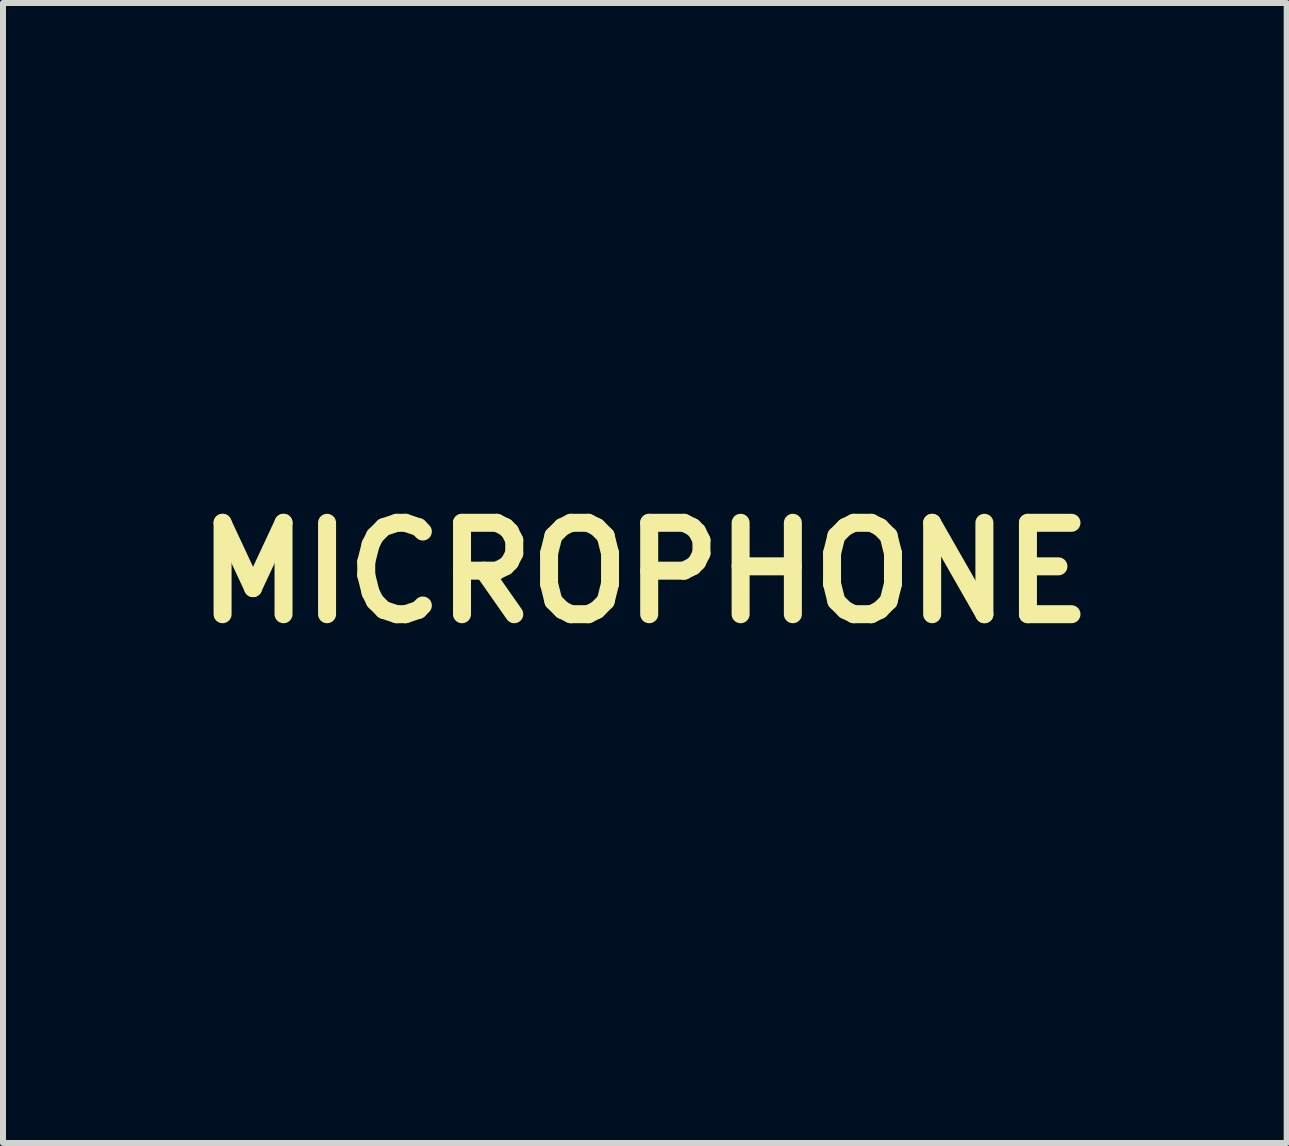
<source format=kicad_pcb>
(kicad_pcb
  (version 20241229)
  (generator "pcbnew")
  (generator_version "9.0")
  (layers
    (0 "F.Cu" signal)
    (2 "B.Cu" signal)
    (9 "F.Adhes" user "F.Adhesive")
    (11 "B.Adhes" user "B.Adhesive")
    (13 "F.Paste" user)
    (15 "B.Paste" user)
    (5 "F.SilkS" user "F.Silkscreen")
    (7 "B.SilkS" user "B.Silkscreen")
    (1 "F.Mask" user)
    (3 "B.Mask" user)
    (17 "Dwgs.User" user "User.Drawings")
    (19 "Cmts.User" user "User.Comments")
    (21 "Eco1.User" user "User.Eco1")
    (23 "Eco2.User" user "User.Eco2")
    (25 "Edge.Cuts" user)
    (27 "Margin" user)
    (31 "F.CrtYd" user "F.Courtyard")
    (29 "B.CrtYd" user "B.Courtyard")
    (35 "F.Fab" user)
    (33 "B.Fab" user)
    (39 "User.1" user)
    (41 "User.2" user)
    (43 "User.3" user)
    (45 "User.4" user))
  (footprint "MICROPHONE"
    (layer "F.Cu")
    (at 7.7 6.5)
    (property "Reference" "MICROPHONE" (at 0 0 0) (layer "F.SilkS") (effects (font (size 1.524 1.524) (thickness 0.3))))
    (attr through_hole)
    (fp_poly (pts (xy 0.749 3.397) (xy 0.743 3.404) (xy 0.737 3.397) (xy 0.743 3.391) (xy 0.749 3.397)) (stroke (width 0.01) (type solid)) (fill yes) (layer "F.Mask"))
    (fp_poly (pts (xy 1.092 3.308) (xy 1.086 3.315) (xy 1.079 3.308) (xy 1.086 3.302) (xy 1.092 3.308)) (stroke (width 0.01) (type solid)) (fill yes) (layer "F.Mask"))
    (fp_poly (pts (xy 0.104 -6.493) (xy 0.202 -6.49) (xy 0.289 -6.484) (xy 0.343 -6.478) (xy 0.433 -6.463) (xy 0.536 -6.442) (xy 0.644 -6.415) (xy 0.748 -6.387) (xy 0.84 -6.358) (xy 0.895 -6.338) (xy 1.114 -6.238) (xy 1.324 -6.116) (xy 1.523 -5.972) (xy 1.71 -5.809) (xy 1.883 -5.629) (xy 2.038 -5.434) (xy 2.142 -5.278) (xy 2.254 -5.075) (xy 2.345 -4.858) (xy 2.415 -4.628) (xy 2.464 -4.388) (xy 2.476 -4.306) (xy 2.478 -4.276) (xy 2.48 -4.222) (xy 2.481 -4.142) (xy 2.483 -4.037) (xy 2.484 -3.907) (xy 2.485 -3.752) (xy 2.486 -3.572) (xy 2.487 -3.367) (xy 2.488 -3.137) (xy 2.489 -2.882) (xy 2.489 -2.603) (xy 2.489 -2.299) (xy 2.489 -1.998) (xy 2.489 -1.715) (xy 2.489 -1.456) (xy 2.489 -1.22) (xy 2.489 -1.006) (xy 2.488 -0.812) (xy 2.488 -0.639) (xy 2.488 -0.484) (xy 2.487 -0.346) (xy 2.486 -0.225) (xy 2.485 -0.119) (xy 2.484 -0.027) (xy 2.483 0.053) (xy 2.482 0.12) (xy 2.48 0.177) (xy 2.479 0.225) (xy 2.477 0.265) (xy 2.475 0.297) (xy 2.473 0.323) (xy 2.47 0.345) (xy 2.47 0.345) (xy 2.427 0.589) (xy 2.361 0.82) (xy 2.273 1.041) (xy 2.162 1.252) (xy 2.028 1.454) (xy 1.87 1.647) (xy 1.722 1.801) (xy 1.53 1.971) (xy 1.331 2.117) (xy 1.123 2.239) (xy 0.906 2.338) (xy 0.679 2.414) (xy 0.44 2.468) (xy 0.305 2.489) (xy 0.235 2.495) (xy 0.146 2.499) (xy 0.045 2.5) (xy -0.061 2.5) (xy -0.166 2.497) (xy -0.263 2.493) (xy -0.345 2.486) (xy -0.383 2.481) (xy -0.501 2.461) (xy -0.625 2.433) (xy -0.747 2.4) (xy -0.858 2.364) (xy -0.91 2.345) (xy -0.961 2.325) (xy -1.004 2.309) (xy -1.034 2.299) (xy -1.041 2.296) (xy -1.062 2.288) (xy -1.067 2.284) (xy -1.081 2.275) (xy -1.111 2.258) (xy -1.143 2.241) (xy -1.311 2.146) (xy -1.481 2.028) (xy -1.649 1.891) (xy -1.746 1.802) (xy -1.793 1.758) (xy -1.834 1.722) (xy -1.865 1.697) (xy -1.883 1.686) (xy -1.886 1.686) (xy -1.891 1.687) (xy -1.888 1.681) (xy -1.892 1.666) (xy -1.91 1.636) (xy -1.939 1.597) (xy -1.962 1.568) (xy -2.109 1.372) (xy -2.233 1.164) (xy -2.336 0.944) (xy -2.415 0.713) (xy -2.472 0.473) (xy -2.502 0.254) (xy -2.504 0.222) (xy -2.506 0.17) (xy -2.507 0.098) (xy -2.509 0.005) (xy -2.51 -0.109) (xy -2.511 -0.245) (xy -2.512 -0.403) (xy -2.512 -0.583) (xy -2.512 -0.786) (xy -2.513 -1.013) (xy -2.513 -1.263) (xy -2.512 -1.538) (xy -2.512 -1.837) (xy -2.511 -2.095) (xy -2.511 -2.373) (xy -2.51 -2.626) (xy -2.51 -2.856) (xy -2.509 -3.064) (xy -2.509 -3.251) (xy -2.508 -3.42) (xy -2.508 -3.569) (xy -2.507 -3.702) (xy -2.506 -3.819) (xy -2.505 -3.921) (xy -2.504 -4.009) (xy -2.503 -4.085) (xy -2.502 -4.15) (xy -2.501 -4.205) (xy -2.499 -4.251) (xy -2.497 -4.29) (xy -2.495 -4.322) (xy -2.493 -4.349) (xy -2.491 -4.371) (xy -2.488 -4.391) (xy -2.485 -4.41) (xy -2.482 -4.427) (xy -2.479 -4.441) (xy -2.424 -4.679) (xy -2.352 -4.899) (xy -2.262 -5.105) (xy -2.152 -5.3) (xy -2.02 -5.487) (xy -1.866 -5.669) (xy -1.793 -5.745) (xy -1.608 -5.919) (xy -1.415 -6.069) (xy -1.215 -6.196) (xy -1.005 -6.3) (xy -0.783 -6.383) (xy -0.549 -6.445) (xy -0.362 -6.479) (xy -0.294 -6.486) (xy -0.207 -6.491) (xy -0.108 -6.494) (xy -0.002 -6.495) (xy 0.104 -6.493)) (stroke (width 0.01) (type solid)) (fill yes) (layer "F.Mask"))
    (fp_poly (pts (xy -3.95 -1.492) (xy -3.904 -1.488) (xy -3.868 -1.482) (xy -3.835 -1.47) (xy -3.807 -1.458) (xy -3.721 -1.406) (xy -3.643 -1.336) (xy -3.579 -1.254) (xy -3.553 -1.208) (xy -3.512 -1.125) (xy -3.504 -0.394) (xy -3.502 -0.228) (xy -3.5 -0.084) (xy -3.498 0.039) (xy -3.495 0.145) (xy -3.492 0.237) (xy -3.488 0.316) (xy -3.483 0.386) (xy -3.478 0.449) (xy -3.471 0.508) (xy -3.462 0.566) (xy -3.452 0.625) (xy -3.44 0.688) (xy -3.428 0.748) (xy -3.362 1.014) (xy -3.271 1.274) (xy -3.158 1.529) (xy -3.022 1.776) (xy -2.866 2.013) (xy -2.689 2.239) (xy -2.494 2.453) (xy -2.28 2.653) (xy -2.05 2.836) (xy -2.045 2.841) (xy -1.805 3.002) (xy -1.557 3.141) (xy -1.301 3.255) (xy -1.034 3.348) (xy -0.757 3.418) (xy -0.467 3.466) (xy -0.389 3.475) (xy -0.259 3.485) (xy -0.113 3.49) (xy 0.042 3.49) (xy 0.198 3.485) (xy 0.347 3.476) (xy 0.483 3.462) (xy 0.537 3.455) (xy 0.826 3.399) (xy 1.105 3.319) (xy 1.373 3.217) (xy 1.631 3.092) (xy 1.879 2.944) (xy 2.117 2.772) (xy 2.345 2.577) (xy 2.463 2.464) (xy 2.671 2.239) (xy 2.855 2.005) (xy 3.016 1.761) (xy 3.153 1.508) (xy 3.267 1.245) (xy 3.357 0.974) (xy 3.423 0.693) (xy 3.465 0.404) (xy 3.479 0.237) (xy 3.481 0.185) (xy 3.483 0.112) (xy 3.485 0.021) (xy 3.487 -0.084) (xy 3.489 -0.2) (xy 3.49 -0.323) (xy 3.491 -0.449) (xy 3.491 -0.518) (xy 3.492 -0.658) (xy 3.492 -0.775) (xy 3.493 -0.871) (xy 3.495 -0.948) (xy 3.497 -1.01) (xy 3.499 -1.058) (xy 3.502 -1.094) (xy 3.506 -1.121) (xy 3.51 -1.142) (xy 3.513 -1.152) (xy 3.56 -1.252) (xy 3.628 -1.341) (xy 3.713 -1.415) (xy 3.78 -1.454) (xy 3.817 -1.472) (xy 3.849 -1.483) (xy 3.885 -1.489) (xy 3.931 -1.492) (xy 3.981 -1.492) (xy 4.072 -1.489) (xy 4.145 -1.476) (xy 4.208 -1.453) (xy 4.268 -1.416) (xy 4.286 -1.403) (xy 4.318 -1.381) (xy 4.343 -1.37) (xy 4.352 -1.369) (xy 4.356 -1.371) (xy 4.353 -1.367) (xy 4.355 -1.351) (xy 4.371 -1.325) (xy 4.384 -1.31) (xy 4.412 -1.272) (xy 4.441 -1.224) (xy 4.456 -1.194) (xy 4.489 -1.124) (xy 4.489 -0.368) (xy 4.489 -0.195) (xy 4.489 -0.044) (xy 4.488 0.087) (xy 4.486 0.201) (xy 4.484 0.3) (xy 4.48 0.387) (xy 4.476 0.465) (xy 4.47 0.536) (xy 4.463 0.603) (xy 4.454 0.669) (xy 4.443 0.737) (xy 4.43 0.809) (xy 4.415 0.888) (xy 4.412 0.903) (xy 4.338 1.22) (xy 4.24 1.53) (xy 4.117 1.832) (xy 3.971 2.126) (xy 3.802 2.41) (xy 3.621 2.67) (xy 3.452 2.882) (xy 3.265 3.09) (xy 3.065 3.288) (xy 2.857 3.474) (xy 2.644 3.644) (xy 2.43 3.793) (xy 2.366 3.834) (xy 2.08 3.996) (xy 1.781 4.138) (xy 1.471 4.256) (xy 1.154 4.352) (xy 0.831 4.424) (xy 0.568 4.464) (xy 0.495 4.473) (xy 0.495 5.499) (xy 1.559 5.502) (xy 2.623 5.505) (xy 2.699 5.543) (xy 2.773 5.589) (xy 2.844 5.65) (xy 2.904 5.719) (xy 2.938 5.775) (xy 2.976 5.876) (xy 2.991 5.981) (xy 2.983 6.084) (xy 2.954 6.184) (xy 2.905 6.276) (xy 2.838 6.357) (xy 2.752 6.424) (xy 2.696 6.455) (xy 2.61 6.496) (xy 0.006 6.498) (xy -0.305 6.499) (xy -0.592 6.499) (xy -0.856 6.499) (xy -1.097 6.499) (xy -1.316 6.499) (xy -1.515 6.499) (xy -1.694 6.498) (xy -1.854 6.498) (xy -1.996 6.498) (xy -2.122 6.497) (xy -2.231 6.496) (xy -2.325 6.495) (xy -2.406 6.494) (xy -2.473 6.493) (xy -2.528 6.492) (xy -2.571 6.491) (xy -2.605 6.489) (xy -2.629 6.487) (xy -2.644 6.485) (xy -2.651 6.484) (xy -2.75 6.44) (xy -2.84 6.374) (xy -2.917 6.288) (xy -2.961 6.218) (xy -2.98 6.183) (xy -2.992 6.153) (xy -2.999 6.123) (xy -3.002 6.085) (xy -3.003 6.031) (xy -3.004 6.001) (xy -3.003 5.937) (xy -3.001 5.891) (xy -2.995 5.857) (xy -2.985 5.826) (xy -2.969 5.791) (xy -2.967 5.787) (xy -2.918 5.709) (xy -2.851 5.635) (xy -2.775 5.573) (xy -2.722 5.542) (xy -2.648 5.505) (xy -1.584 5.502) (xy -0.521 5.499) (xy -0.521 4.473) (xy -0.587 4.464) (xy -0.922 4.41) (xy -1.248 4.332) (xy -1.564 4.231) (xy -1.869 4.108) (xy -2.164 3.962) (xy -2.446 3.794) (xy -2.716 3.604) (xy -2.973 3.394) (xy -3.216 3.163) (xy -3.445 2.911) (xy -3.659 2.639) (xy -3.797 2.442) (xy -3.968 2.162) (xy -4.116 1.871) (xy -4.241 1.569) (xy -4.343 1.259) (xy -4.421 0.94) (xy -4.475 0.613) (xy -4.496 0.413) (xy -4.5 0.349) (xy -4.503 0.261) (xy -4.505 0.15) (xy -4.506 0.017) (xy -4.507 -0.138) (xy -4.507 -0.312) (xy -4.506 -0.451) (xy -4.502 -1.137) (xy -4.465 -1.21) (xy -4.412 -1.292) (xy -4.341 -1.368) (xy -4.26 -1.431) (xy -4.223 -1.452) (xy -4.186 -1.47) (xy -4.156 -1.482) (xy -4.123 -1.489) (xy -4.081 -1.492) (xy -4.023 -1.492) (xy -4.013 -1.492) (xy -3.95 -1.492)) (stroke (width 0.01) (type solid)) (fill yes) (layer "F.Mask")))
  (gr_rect
    (start -3 -3)
    (end 18.4 16.004)
    (stroke (width 0.1) (type default))
    (fill no)
    (layer "Edge.Cuts")))
</source>
